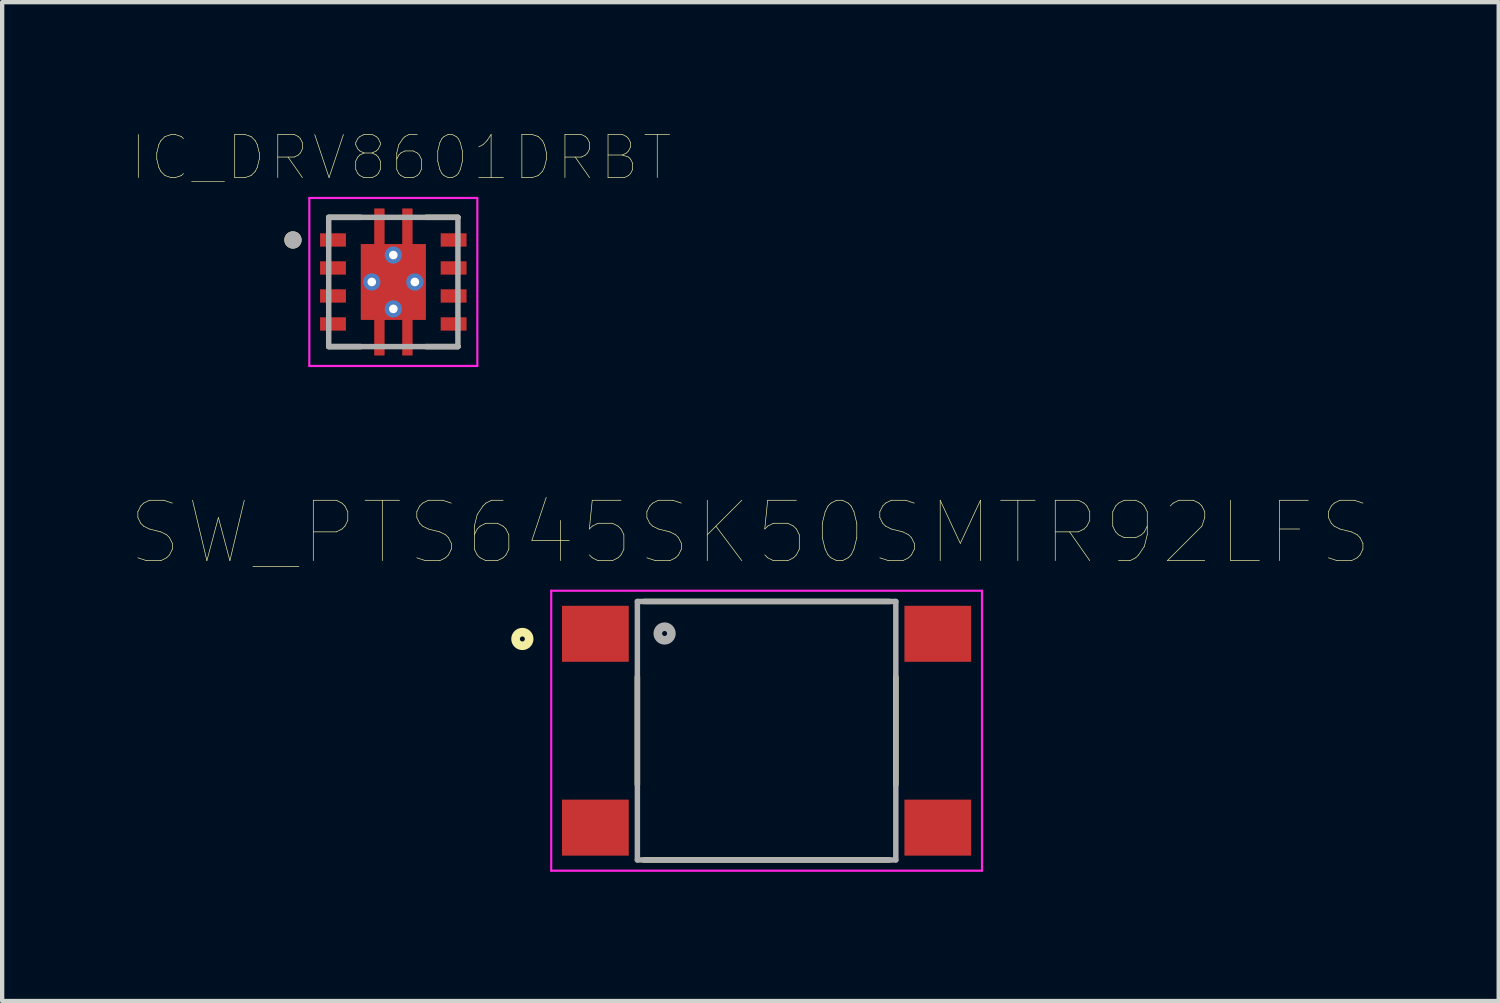
<source format=kicad_pcb>
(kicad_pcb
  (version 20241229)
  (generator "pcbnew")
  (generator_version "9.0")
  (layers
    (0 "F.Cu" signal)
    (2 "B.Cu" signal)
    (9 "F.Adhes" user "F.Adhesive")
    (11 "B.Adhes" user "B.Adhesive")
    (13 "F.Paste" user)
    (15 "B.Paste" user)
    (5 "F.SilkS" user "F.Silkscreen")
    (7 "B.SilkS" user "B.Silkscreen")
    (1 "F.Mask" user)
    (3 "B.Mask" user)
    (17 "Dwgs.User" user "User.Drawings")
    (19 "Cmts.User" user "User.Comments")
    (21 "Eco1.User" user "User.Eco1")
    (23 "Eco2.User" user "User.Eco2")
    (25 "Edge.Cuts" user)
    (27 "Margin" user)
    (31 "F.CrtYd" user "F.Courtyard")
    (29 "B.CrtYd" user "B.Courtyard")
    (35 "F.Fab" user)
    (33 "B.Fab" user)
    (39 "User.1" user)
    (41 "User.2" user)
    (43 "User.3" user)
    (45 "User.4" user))
  (footprint "IC_DRV8601DRBT"
    (layer "F.Cu")
    (at 6.081 3.496)
    (property "Reference" "IC_DRV8601DRBT" (at 0.175 -2.885 0) (layer "F.SilkS") (effects (font (size 1 1) (thickness 0.015))))
    (attr through_hole)
    (fp_poly (pts (xy -0.75 -0.875) (xy -0.44 -0.875) (xy -0.44 -1.7) (xy -0.21 -1.7) (xy -0.21 -0.875) (xy 0.21 -0.875) (xy 0.21 -1.7) (xy 0.44 -1.7) (xy 0.44 -0.875) (xy 0.75 -0.875) (xy 0.75 0.875) (xy 0.44 0.875) (xy 0.44 1.7) (xy 0.21 1.7) (xy 0.21 0.875) (xy -0.21 0.875) (xy -0.21 1.7) (xy -0.44 1.7) (xy -0.44 0.875) (xy -0.75 0.875)) (stroke (width 0.01) (type solid)) (fill yes) (layer "F.Cu"))
    (fp_poly (pts (xy -1.77 -1.2) (xy -1.03 -1.2) (xy -1.03 -0.75) (xy -1.77 -0.75)) (stroke (width 0.01) (type solid)) (fill yes) (layer "F.Mask"))
    (fp_poly (pts (xy -1.77 -0.55) (xy -1.03 -0.55) (xy -1.03 -0.1) (xy -1.77 -0.1)) (stroke (width 0.01) (type solid)) (fill yes) (layer "F.Mask"))
    (fp_poly (pts (xy -1.77 0.1) (xy -1.03 0.1) (xy -1.03 0.55) (xy -1.77 0.55)) (stroke (width 0.01) (type solid)) (fill yes) (layer "F.Mask"))
    (fp_poly (pts (xy -1.77 0.75) (xy -1.03 0.75) (xy -1.03 1.2) (xy -1.77 1.2)) (stroke (width 0.01) (type solid)) (fill yes) (layer "F.Mask"))
    (fp_poly (pts (xy 1.03 -1.2) (xy 1.77 -1.2) (xy 1.77 -0.75) (xy 1.03 -0.75)) (stroke (width 0.01) (type solid)) (fill yes) (layer "F.Mask"))
    (fp_poly (pts (xy 1.03 -0.55) (xy 1.77 -0.55) (xy 1.77 -0.1) (xy 1.03 -0.1)) (stroke (width 0.01) (type solid)) (fill yes) (layer "F.Mask"))
    (fp_poly (pts (xy 1.03 0.1) (xy 1.77 0.1) (xy 1.77 0.55) (xy 1.03 0.55)) (stroke (width 0.01) (type solid)) (fill yes) (layer "F.Mask"))
    (fp_poly (pts (xy 1.03 0.75) (xy 1.77 0.75) (xy 1.77 1.2) (xy 1.03 1.2)) (stroke (width 0.01) (type solid)) (fill yes) (layer "F.Mask"))
    (fp_poly (pts (xy -0.82 -0.945) (xy -0.51 -0.945) (xy -0.51 -1.77) (xy -0.14 -1.77) (xy -0.14 -0.945) (xy 0.14 -0.945) (xy 0.14 -1.77) (xy 0.51 -1.77) (xy 0.51 -0.945) (xy 0.82 -0.945) (xy 0.82 0.945) (xy 0.51 0.945) (xy 0.51 1.77) (xy 0.14 1.77) (xy 0.14 0.945) (xy -0.14 0.945) (xy -0.14 1.77) (xy -0.51 1.77) (xy -0.51 0.945) (xy -0.82 0.945)) (stroke (width 0.01) (type solid)) (fill yes) (layer "F.Mask"))
    (fp_line (start -1.5 -1.5) (end -0.76 -1.5) (stroke (width 0.127) (type solid)) (layer "F.SilkS"))
    (fp_line (start -1.5 1.5) (end -0.76 1.5) (stroke (width 0.127) (type solid)) (layer "F.SilkS"))
    (fp_line (start 0.76 -1.5) (end 1.5 -1.5) (stroke (width 0.127) (type solid)) (layer "F.SilkS"))
    (fp_line (start 0.76 1.5) (end 1.5 1.5) (stroke (width 0.127) (type solid)) (layer "F.SilkS"))
    (fp_circle (center -2.33 -0.975) (end -2.23 -0.975) (stroke (width 0.2) (type solid)) (fill no) (layer "F.SilkS"))
    (fp_poly (pts (xy -0.67 -0.775) (xy 0.67 -0.775) (xy 0.67 0.775) (xy -0.67 0.775)) (stroke (width 0.01) (type solid)) (fill yes) (layer "F.Paste"))
    (fp_poly (pts (xy -0.44 -1.7) (xy -0.21 -1.7) (xy -0.21 -0.975) (xy -0.44 -0.975)) (stroke (width 0.01) (type solid)) (fill yes) (layer "F.Paste"))
    (fp_poly (pts (xy -0.21 1.7) (xy -0.44 1.7) (xy -0.44 0.975) (xy -0.21 0.975)) (stroke (width 0.01) (type solid)) (fill yes) (layer "F.Paste"))
    (fp_poly (pts (xy 0.21 -1.7) (xy 0.44 -1.7) (xy 0.44 -0.975) (xy 0.21 -0.975)) (stroke (width 0.01) (type solid)) (fill yes) (layer "F.Paste"))
    (fp_poly (pts (xy 0.44 1.7) (xy 0.21 1.7) (xy 0.21 0.975) (xy 0.44 0.975)) (stroke (width 0.01) (type solid)) (fill yes) (layer "F.Paste"))
    (fp_line (start -1.95 -1.95) (end -1.95 1.95) (stroke (width 0.05) (type solid)) (layer "F.CrtYd"))
    (fp_line (start -1.95 -1.95) (end 1.95 -1.95) (stroke (width 0.05) (type solid)) (layer "F.CrtYd"))
    (fp_line (start -1.95 1.95) (end 1.95 1.95) (stroke (width 0.05) (type solid)) (layer "F.CrtYd"))
    (fp_line (start 1.95 -1.95) (end 1.95 1.95) (stroke (width 0.05) (type solid)) (layer "F.CrtYd"))
    (fp_line (start -1.5 -1.5) (end -1.5 1.5) (stroke (width 0.127) (type solid)) (layer "F.Fab"))
    (fp_line (start -1.5 -1.5) (end 1.5 -1.5) (stroke (width 0.127) (type solid)) (layer "F.Fab"))
    (fp_line (start -1.5 1.5) (end 1.5 1.5) (stroke (width 0.127) (type solid)) (layer "F.Fab"))
    (fp_line (start 1.5 -1.5) (end 1.5 1.5) (stroke (width 0.127) (type solid)) (layer "F.Fab"))
    (fp_circle (center -2.33 -0.975) (end -2.23 -0.975) (stroke (width 0.2) (type solid)) (fill no) (layer "F.Fab"))
    (pad "1" smd rect (at -1.4 -0.975) (size 0.6 0.31) (layers "F.Cu" "F.Paste"))
    (pad "2" smd rect (at -1.4 -0.325) (size 0.6 0.31) (layers "F.Cu" "F.Paste"))
    (pad "3" smd rect (at -1.4 0.325) (size 0.6 0.31) (layers "F.Cu" "F.Paste"))
    (pad "4" smd rect (at -1.4 0.975) (size 0.6 0.31) (layers "F.Cu" "F.Paste"))
    (pad "5" smd rect (at 1.4 0.975) (size 0.6 0.31) (layers "F.Cu" "F.Paste"))
    (pad "6" smd rect (at 1.4 0.325) (size 0.6 0.31) (layers "F.Cu" "F.Paste"))
    (pad "7" smd rect (at 1.4 -0.325) (size 0.6 0.31) (layers "F.Cu" "F.Paste"))
    (pad "8" smd rect (at 1.4 -0.975) (size 0.6 0.31) (layers "F.Cu" "F.Paste"))
    (pad "9" smd rect (at 0 0) (size 1.5 1.75) (layers "F.Cu"))
    (pad "10" thru_hole circle (at 0 -0.625) (size 0.4 0.4) (drill 0.2) (layers "*.Cu"))
    (pad "11" thru_hole circle (at 0.5 0) (size 0.4 0.4) (drill 0.2) (layers "*.Cu"))
    (pad "12" thru_hole circle (at -0.5 0) (size 0.4 0.4) (drill 0.2) (layers "*.Cu"))
    (pad "13" thru_hole circle (at 0 0.625) (size 0.4 0.4) (drill 0.2) (layers "*.Cu")))
  (footprint "SW_PTS645SK50SMTR92LFS"
    (layer "F.Cu")
    (at 14.747 13.914)
    (property "Reference" "SW_PTS645SK50SMTR92LFS" (at -0.376 -4.596 0) (layer "F.SilkS") (effects (font (size 1.402 1.402) (thickness 0.015))))
    (attr through_hole)
    (fp_line (start -3 -1.25) (end -3 1.25) (stroke (width 0.127) (type solid)) (layer "F.SilkS"))
    (fp_line (start -2.85 -3) (end 2.85 -3) (stroke (width 0.127) (type solid)) (layer "F.SilkS"))
    (fp_line (start -2.85 3) (end 2.85 3) (stroke (width 0.127) (type solid)) (layer "F.SilkS"))
    (fp_line (start 3 -1.25) (end 3 1.25) (stroke (width 0.127) (type solid)) (layer "F.SilkS"))
    (fp_circle (center -5.67 -2.13) (end -5.512 -2.13) (stroke (width 0.2) (type solid)) (fill no) (layer "F.SilkS"))
    (fp_line (start -5 -3.25) (end 5 -3.25) (stroke (width 0.05) (type solid)) (layer "F.CrtYd"))
    (fp_line (start -5 3.25) (end -5 -3.25) (stroke (width 0.05) (type solid)) (layer "F.CrtYd"))
    (fp_line (start 5 -3.25) (end 5 3.25) (stroke (width 0.05) (type solid)) (layer "F.CrtYd"))
    (fp_line (start 5 3.25) (end -5 3.25) (stroke (width 0.05) (type solid)) (layer "F.CrtYd"))
    (fp_line (start -3 -3) (end 3 -3) (stroke (width 0.127) (type solid)) (layer "F.Fab"))
    (fp_line (start -3 3) (end -3 -3) (stroke (width 0.127) (type solid)) (layer "F.Fab"))
    (fp_line (start 3 -3) (end 3 3) (stroke (width 0.127) (type solid)) (layer "F.Fab"))
    (fp_line (start 3 3) (end -3 3) (stroke (width 0.127) (type solid)) (layer "F.Fab"))
    (fp_circle (center -2.368 -2.257) (end -2.21 -2.257) (stroke (width 0.2) (type solid)) (fill no) (layer "F.Fab"))
    (pad "1" smd rect (at -3.975 -2.25) (size 1.55 1.3) (layers "F.Cu" "F.Mask" "F.Paste"))
    (pad "2" smd rect (at 3.975 -2.25) (size 1.55 1.3) (layers "F.Cu" "F.Mask" "F.Paste"))
    (pad "3" smd rect (at -3.975 2.25) (size 1.55 1.3) (layers "F.Cu" "F.Mask" "F.Paste"))
    (pad "4" smd rect (at 3.975 2.25) (size 1.55 1.3) (layers "F.Cu" "F.Mask" "F.Paste")))
  (gr_rect
    (start -3 -3)
    (end 31.743 20.189)
    (stroke (width 0.1) (type default))
    (fill no)
    (layer "Edge.Cuts")))
</source>
